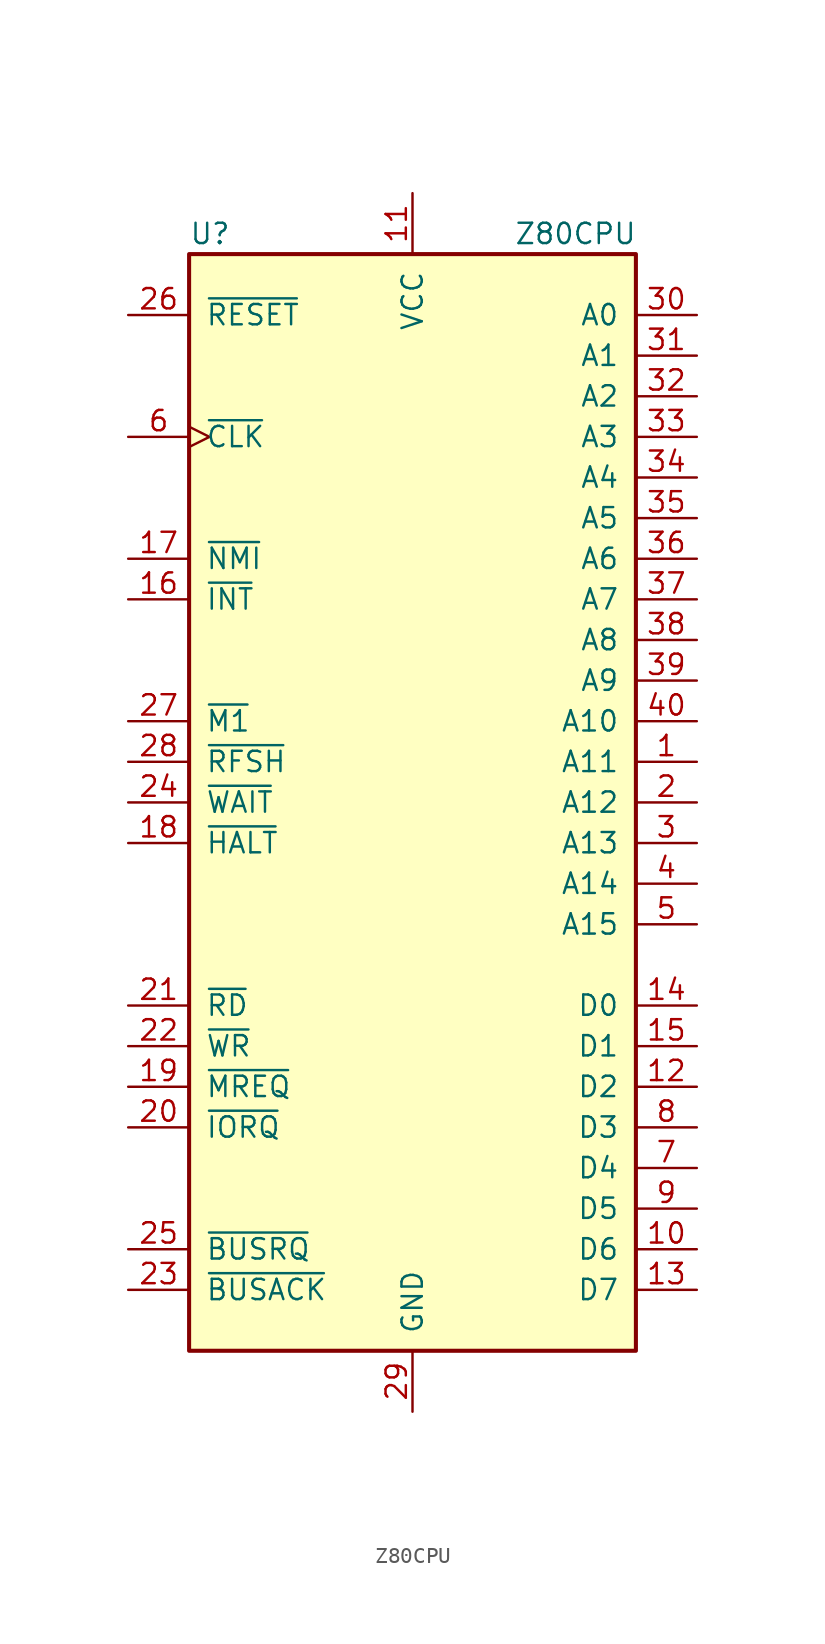
<source format=kicad_sym>
(kicad_symbol_lib
  (version 20200908)
  (generator kicad_symbol_editor)
  (symbol "CPU:Z80CPU"
    (pin_names
      (offset 1.016))
    (property "Reference" "U"
      (at -13.97 35.56 0)
      (effects (font (size 1.27 1.27)) (justify left)))
    (property "Value" "Z80CPU"
      (at 6.35 35.56 0)
      (effects (font (size 1.27 1.27)) (justify left)))
    (symbol "Z80CPU_0_1"
      (rectangle (start -13.97 34.29) (end 13.97 -34.29) (stroke (width 0.254)) (fill (type background))))
    (symbol "Z80CPU_1_1"
      (pin output line (at 17.78 2.54 180) (length 3.81) (name "A11" (effects (font (size 1.27 1.27)))) (number "1" (effects (font (size 1.27 1.27)))))
      (pin bidirectional line (at 17.78 -27.94 180) (length 3.81) (name "D6" (effects (font (size 1.27 1.27)))) (number "10" (effects (font (size 1.27 1.27)))))
      (pin power_in line (at 0 38.1 270) (length 3.81) (name "VCC" (effects (font (size 1.27 1.27)))) (number "11" (effects (font (size 1.27 1.27)))))
      (pin bidirectional line (at 17.78 -17.78 180) (length 3.81) (name "D2" (effects (font (size 1.27 1.27)))) (number "12" (effects (font (size 1.27 1.27)))))
      (pin bidirectional line (at 17.78 -30.48 180) (length 3.81) (name "D7" (effects (font (size 1.27 1.27)))) (number "13" (effects (font (size 1.27 1.27)))))
      (pin bidirectional line (at 17.78 -12.7 180) (length 3.81) (name "D0" (effects (font (size 1.27 1.27)))) (number "14" (effects (font (size 1.27 1.27)))))
      (pin bidirectional line (at 17.78 -15.24 180) (length 3.81) (name "D1" (effects (font (size 1.27 1.27)))) (number "15" (effects (font (size 1.27 1.27)))))
      (pin input line (at -17.78 12.7 0) (length 3.81) (name "~INT~" (effects (font (size 1.27 1.27)))) (number "16" (effects (font (size 1.27 1.27)))))
      (pin input line (at -17.78 15.24 0) (length 3.81) (name "~NMI~" (effects (font (size 1.27 1.27)))) (number "17" (effects (font (size 1.27 1.27)))))
      (pin output line (at -17.78 -2.54 0) (length 3.81) (name "~HALT~" (effects (font (size 1.27 1.27)))) (number "18" (effects (font (size 1.27 1.27)))))
      (pin output line (at -17.78 -17.78 0) (length 3.81) (name "~MREQ~" (effects (font (size 1.27 1.27)))) (number "19" (effects (font (size 1.27 1.27)))))
      (pin output line (at 17.78 0 180) (length 3.81) (name "A12" (effects (font (size 1.27 1.27)))) (number "2" (effects (font (size 1.27 1.27)))))
      (pin output line (at -17.78 -20.32 0) (length 3.81) (name "~IORQ~" (effects (font (size 1.27 1.27)))) (number "20" (effects (font (size 1.27 1.27)))))
      (pin output line (at -17.78 -12.7 0) (length 3.81) (name "~RD~" (effects (font (size 1.27 1.27)))) (number "21" (effects (font (size 1.27 1.27)))))
      (pin output line (at -17.78 -15.24 0) (length 3.81) (name "~WR~" (effects (font (size 1.27 1.27)))) (number "22" (effects (font (size 1.27 1.27)))))
      (pin output line (at -17.78 -30.48 0) (length 3.81) (name "~BUSACK~" (effects (font (size 1.27 1.27)))) (number "23" (effects (font (size 1.27 1.27)))))
      (pin input line (at -17.78 0 0) (length 3.81) (name "~WAIT~" (effects (font (size 1.27 1.27)))) (number "24" (effects (font (size 1.27 1.27)))))
      (pin input line (at -17.78 -27.94 0) (length 3.81) (name "~BUSRQ~" (effects (font (size 1.27 1.27)))) (number "25" (effects (font (size 1.27 1.27)))))
      (pin input line (at -17.78 30.48 0) (length 3.81) (name "~RESET~" (effects (font (size 1.27 1.27)))) (number "26" (effects (font (size 1.27 1.27)))))
      (pin output line (at -17.78 5.08 0) (length 3.81) (name "~M1~" (effects (font (size 1.27 1.27)))) (number "27" (effects (font (size 1.27 1.27)))))
      (pin output line (at -17.78 2.54 0) (length 3.81) (name "~RFSH~" (effects (font (size 1.27 1.27)))) (number "28" (effects (font (size 1.27 1.27)))))
      (pin power_in line (at 0 -38.1 90) (length 3.81) (name "GND" (effects (font (size 1.27 1.27)))) (number "29" (effects (font (size 1.27 1.27)))))
      (pin output line (at 17.78 -2.54 180) (length 3.81) (name "A13" (effects (font (size 1.27 1.27)))) (number "3" (effects (font (size 1.27 1.27)))))
      (pin output line (at 17.78 30.48 180) (length 3.81) (name "A0" (effects (font (size 1.27 1.27)))) (number "30" (effects (font (size 1.27 1.27)))))
      (pin output line (at 17.78 27.94 180) (length 3.81) (name "A1" (effects (font (size 1.27 1.27)))) (number "31" (effects (font (size 1.27 1.27)))))
      (pin output line (at 17.78 25.4 180) (length 3.81) (name "A2" (effects (font (size 1.27 1.27)))) (number "32" (effects (font (size 1.27 1.27)))))
      (pin output line (at 17.78 22.86 180) (length 3.81) (name "A3" (effects (font (size 1.27 1.27)))) (number "33" (effects (font (size 1.27 1.27)))))
      (pin output line (at 17.78 20.32 180) (length 3.81) (name "A4" (effects (font (size 1.27 1.27)))) (number "34" (effects (font (size 1.27 1.27)))))
      (pin output line (at 17.78 17.78 180) (length 3.81) (name "A5" (effects (font (size 1.27 1.27)))) (number "35" (effects (font (size 1.27 1.27)))))
      (pin output line (at 17.78 15.24 180) (length 3.81) (name "A6" (effects (font (size 1.27 1.27)))) (number "36" (effects (font (size 1.27 1.27)))))
      (pin output line (at 17.78 12.7 180) (length 3.81) (name "A7" (effects (font (size 1.27 1.27)))) (number "37" (effects (font (size 1.27 1.27)))))
      (pin output line (at 17.78 10.16 180) (length 3.81) (name "A8" (effects (font (size 1.27 1.27)))) (number "38" (effects (font (size 1.27 1.27)))))
      (pin output line (at 17.78 7.62 180) (length 3.81) (name "A9" (effects (font (size 1.27 1.27)))) (number "39" (effects (font (size 1.27 1.27)))))
      (pin output line (at 17.78 -5.08 180) (length 3.81) (name "A14" (effects (font (size 1.27 1.27)))) (number "4" (effects (font (size 1.27 1.27)))))
      (pin output line (at 17.78 5.08 180) (length 3.81) (name "A10" (effects (font (size 1.27 1.27)))) (number "40" (effects (font (size 1.27 1.27)))))
      (pin output line (at 17.78 -7.62 180) (length 3.81) (name "A15" (effects (font (size 1.27 1.27)))) (number "5" (effects (font (size 1.27 1.27)))))
      (pin input clock (at -17.78 22.86 0) (length 3.81) (name "~CLK~" (effects (font (size 1.27 1.27)))) (number "6" (effects (font (size 1.27 1.27)))))
      (pin bidirectional line (at 17.78 -22.86 180) (length 3.81) (name "D4" (effects (font (size 1.27 1.27)))) (number "7" (effects (font (size 1.27 1.27)))))
      (pin bidirectional line (at 17.78 -20.32 180) (length 3.81) (name "D3" (effects (font (size 1.27 1.27)))) (number "8" (effects (font (size 1.27 1.27)))))
      (pin bidirectional line (at 17.78 -25.4 180) (length 3.81) (name "D5" (effects (font (size 1.27 1.27)))) (number "9" (effects (font (size 1.27 1.27))))))))
</source>
